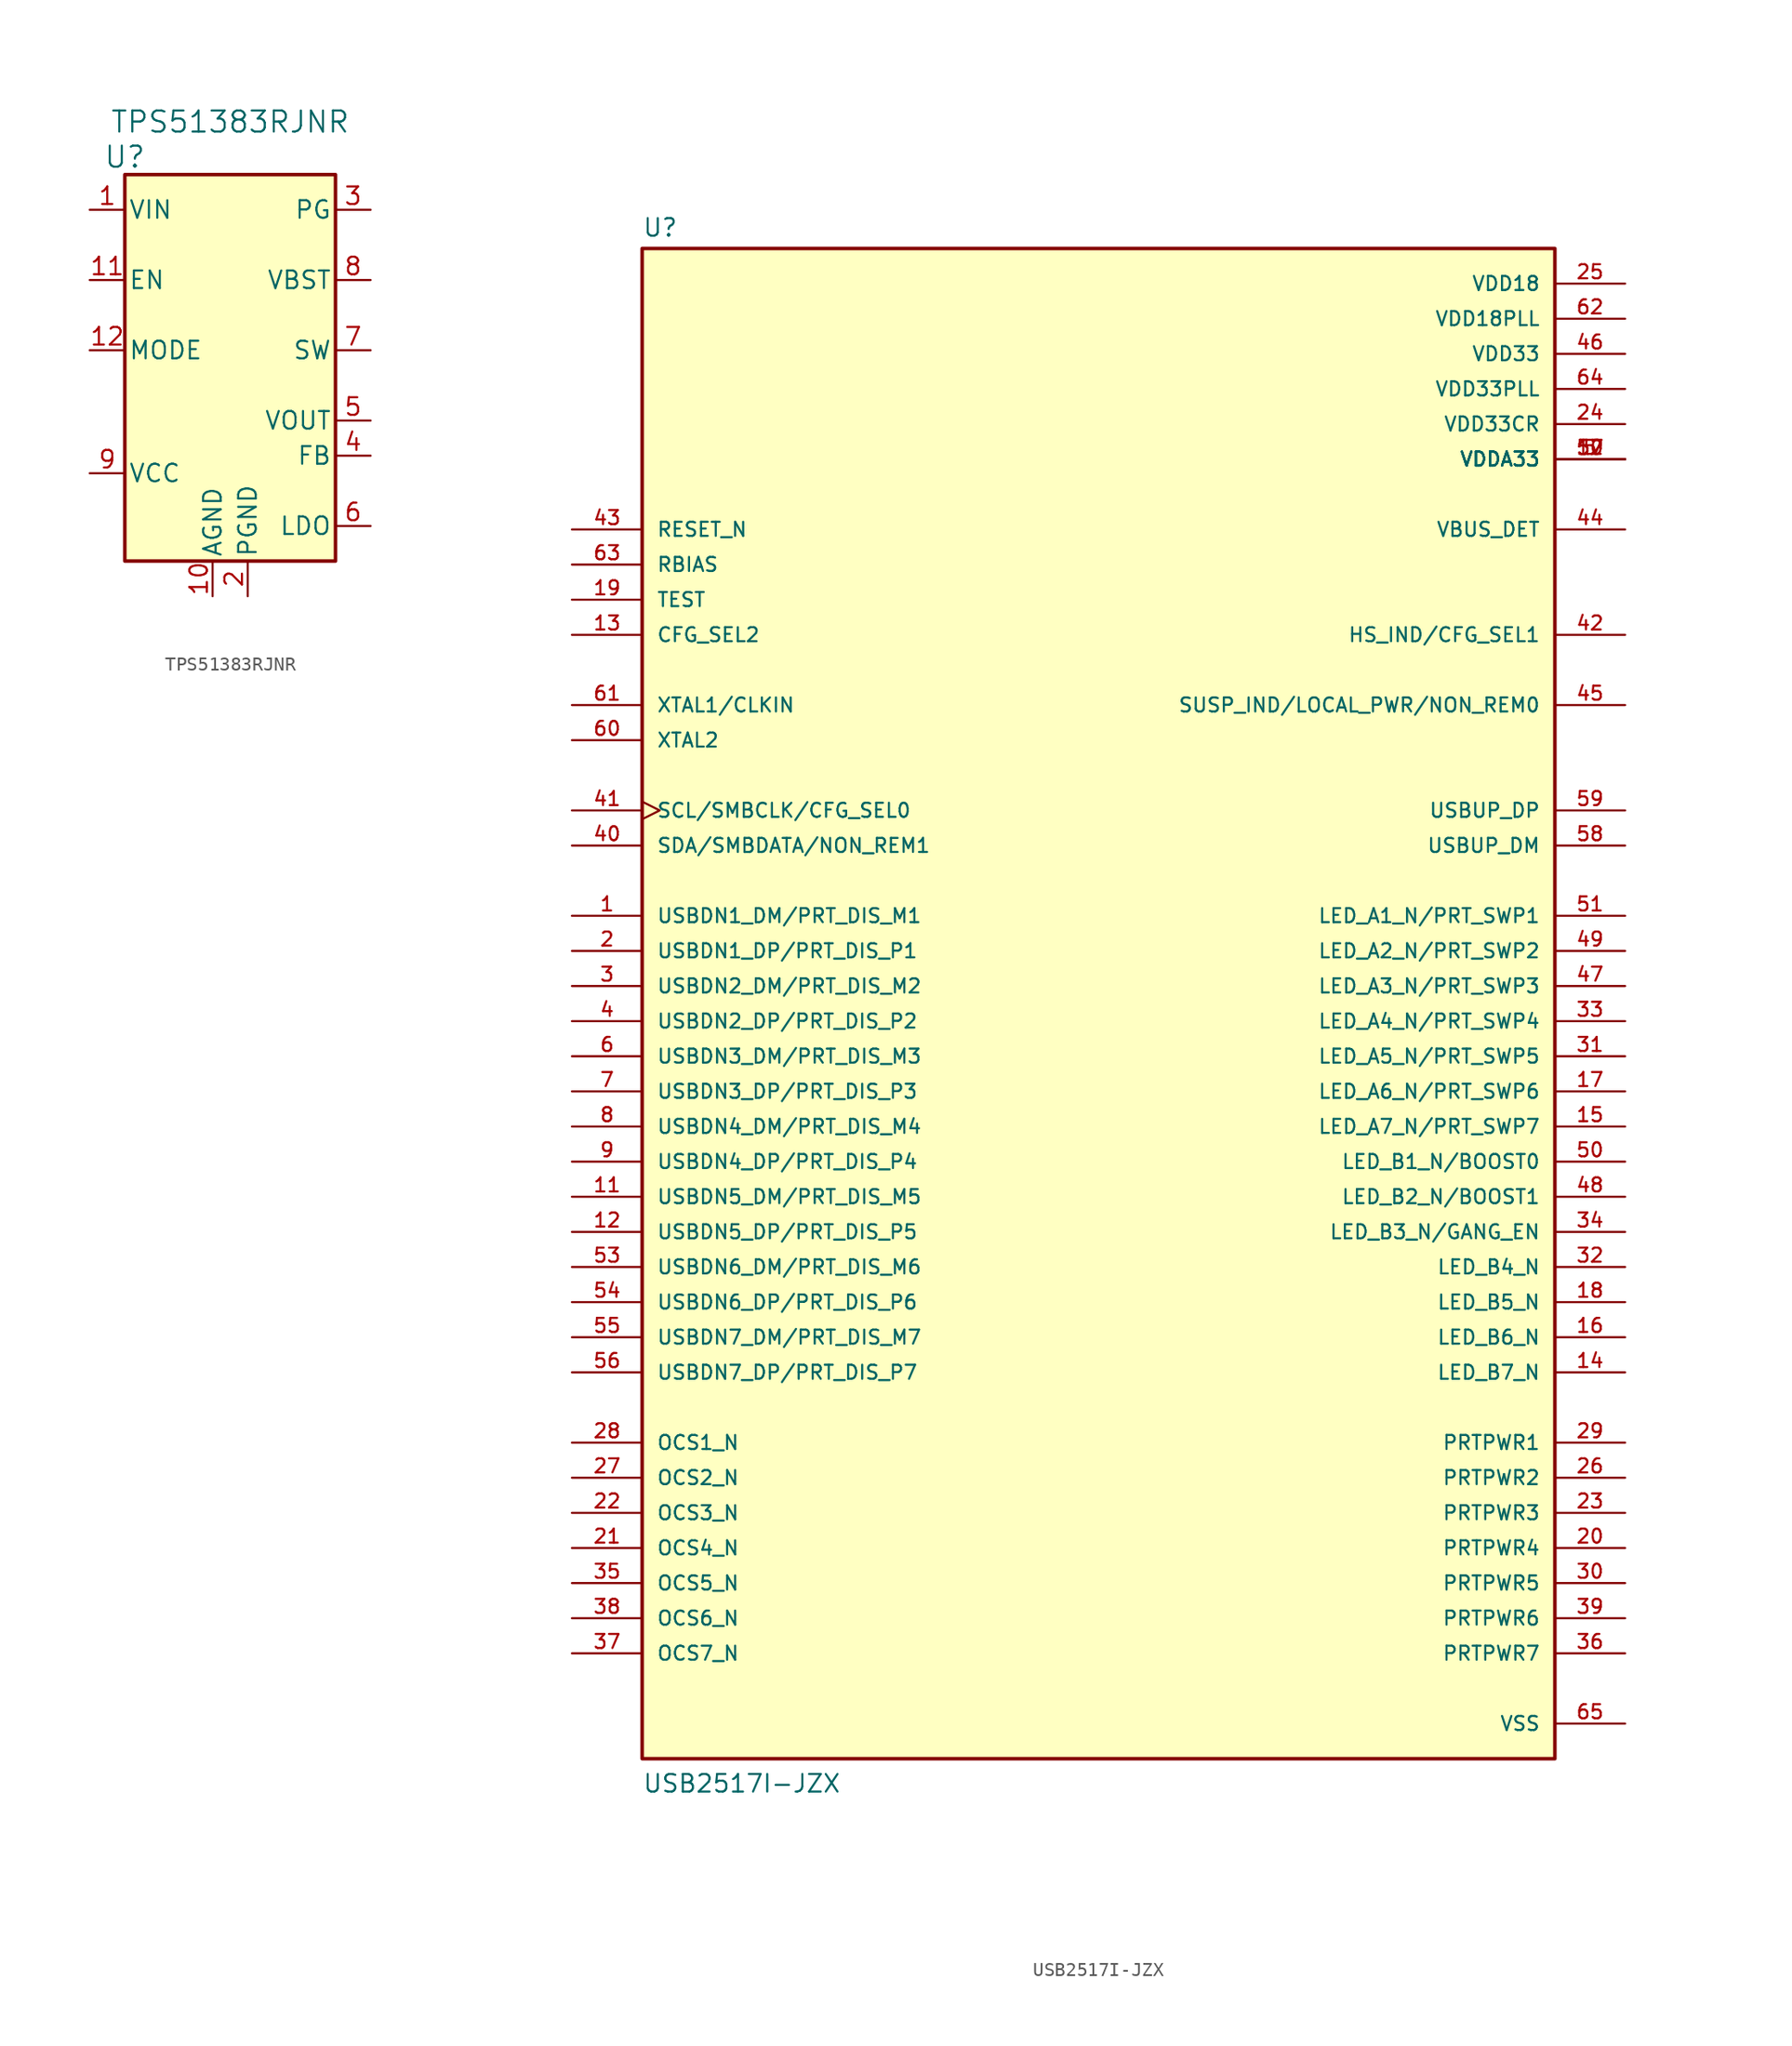
<source format=kicad_sym>
(kicad_symbol_lib
  (version 20231120)
  (generator "kicad_symbol_editor")
  (generator_version "8.0")
  (symbol "TPS51383RJNR"
    (pin_names
      (offset 0.254))
    (property "Reference" "U"
      (at -22.86 1.27 0)
      (effects (font (size 1.524 1.524))))
    (property "Value" "TPS51383RJNR"
      (at -15.24 3.81 0)
      (effects (font (size 1.524 1.524))))
    (symbol "TPS51383RJNR_0_1"
      (rectangle (start -22.86 0) (end -7.62 -27.94) (stroke (width 0.254) (type default)) (fill (type background))))
    (symbol "TPS51383RJNR_1_1"
      (pin power_in line (at -25.4 -2.54 0) (length 2.54) (name "VIN" (effects (font (size 1.27 1.27)))) (number "1" (effects (font (size 1.27 1.27)))))
      (pin power_in line (at -16.51 -30.48 90) (length 2.54) (name "AGND" (effects (font (size 1.27 1.27)))) (number "10" (effects (font (size 1.27 1.27)))))
      (pin input line (at -25.4 -7.62 0) (length 2.54) (name "EN" (effects (font (size 1.27 1.27)))) (number "11" (effects (font (size 1.27 1.27)))))
      (pin input line (at -25.4 -12.7 0) (length 2.54) (name "MODE" (effects (font (size 1.27 1.27)))) (number "12" (effects (font (size 1.27 1.27)))))
      (pin power_in line (at -13.97 -30.48 90) (length 2.54) (name "PGND" (effects (font (size 1.27 1.27)))) (number "2" (effects (font (size 1.27 1.27)))))
      (pin open_collector line (at -5.08 -2.54 180) (length 2.54) (name "PG" (effects (font (size 1.27 1.27)))) (number "3" (effects (font (size 1.27 1.27)))))
      (pin input line (at -5.08 -20.32 180) (length 2.54) (name "FB" (effects (font (size 1.27 1.27)))) (number "4" (effects (font (size 1.27 1.27)))))
      (pin unspecified line (at -5.08 -17.78 180) (length 2.54) (name "VOUT" (effects (font (size 1.27 1.27)))) (number "5" (effects (font (size 1.27 1.27)))))
      (pin unspecified line (at -5.08 -25.4 180) (length 2.54) (name "LDO" (effects (font (size 1.27 1.27)))) (number "6" (effects (font (size 1.27 1.27)))))
      (pin unspecified line (at -5.08 -12.7 180) (length 2.54) (name "SW" (effects (font (size 1.27 1.27)))) (number "7" (effects (font (size 1.27 1.27)))))
      (pin power_in line (at -5.08 -7.62 180) (length 2.54) (name "VBST" (effects (font (size 1.27 1.27)))) (number "8" (effects (font (size 1.27 1.27)))))
      (pin power_in line (at -25.4 -21.59 0) (length 2.54) (name "VCC" (effects (font (size 1.27 1.27)))) (number "9" (effects (font (size 1.27 1.27)))))))
  (symbol "USB2517I-JZX"
    (pin_names
      (offset 1.016))
    (property "Reference" "U"
      (at -33.02 54.102 0)
      (effects (font (size 1.27 1.27)) (justify left bottom)))
    (property "Value" "USB2517I-JZX"
      (at -33.02 -58.42 0)
      (effects (font (size 1.27 1.27)) (justify left bottom)))
    (symbol "USB2517I-JZX_0_0"
      (rectangle (start -33.02 -55.88) (end 33.02 53.34) (stroke (width 0.254) (type default)) (fill (type background)))
      (pin bidirectional line (at -38.1 5.08 0) (length 5.08) (name "USBDN1_DM/PRT_DIS_M1" (effects (font (size 1.016 1.016)))) (number "1" (effects (font (size 1.016 1.016)))))
      (pin power_in line (at 38.1 38.1 180) (length 5.08) (name "VDDA33" (effects (font (size 1.016 1.016)))) (number "10" (effects (font (size 1.016 1.016)))))
      (pin bidirectional line (at -38.1 -15.24 0) (length 5.08) (name "USBDN5_DM/PRT_DIS_M5" (effects (font (size 1.016 1.016)))) (number "11" (effects (font (size 1.016 1.016)))))
      (pin bidirectional line (at -38.1 -17.78 0) (length 5.08) (name "USBDN5_DP/PRT_DIS_P5" (effects (font (size 1.016 1.016)))) (number "12" (effects (font (size 1.016 1.016)))))
      (pin input line (at -38.1 25.4 0) (length 5.08) (name "CFG_SEL2" (effects (font (size 1.016 1.016)))) (number "13" (effects (font (size 1.016 1.016)))))
      (pin bidirectional line (at 38.1 -27.94 180) (length 5.08) (name "LED_B7_N" (effects (font (size 1.016 1.016)))) (number "14" (effects (font (size 1.016 1.016)))))
      (pin bidirectional line (at 38.1 -10.16 180) (length 5.08) (name "LED_A7_N/PRT_SWP7" (effects (font (size 1.016 1.016)))) (number "15" (effects (font (size 1.016 1.016)))))
      (pin bidirectional line (at 38.1 -25.4 180) (length 5.08) (name "LED_B6_N" (effects (font (size 1.016 1.016)))) (number "16" (effects (font (size 1.016 1.016)))))
      (pin bidirectional line (at 38.1 -7.62 180) (length 5.08) (name "LED_A6_N/PRT_SWP6" (effects (font (size 1.016 1.016)))) (number "17" (effects (font (size 1.016 1.016)))))
      (pin bidirectional line (at 38.1 -22.86 180) (length 5.08) (name "LED_B5_N" (effects (font (size 1.016 1.016)))) (number "18" (effects (font (size 1.016 1.016)))))
      (pin input line (at -38.1 27.94 0) (length 5.08) (name "TEST" (effects (font (size 1.016 1.016)))) (number "19" (effects (font (size 1.016 1.016)))))
      (pin bidirectional line (at -38.1 2.54 0) (length 5.08) (name "USBDN1_DP/PRT_DIS_P1" (effects (font (size 1.016 1.016)))) (number "2" (effects (font (size 1.016 1.016)))))
      (pin output line (at 38.1 -40.64 180) (length 5.08) (name "PRTPWR4" (effects (font (size 1.016 1.016)))) (number "20" (effects (font (size 1.016 1.016)))))
      (pin input line (at -38.1 -40.64 0) (length 5.08) (name "OCS4_N" (effects (font (size 1.016 1.016)))) (number "21" (effects (font (size 1.016 1.016)))))
      (pin input line (at -38.1 -38.1 0) (length 5.08) (name "OCS3_N" (effects (font (size 1.016 1.016)))) (number "22" (effects (font (size 1.016 1.016)))))
      (pin output line (at 38.1 -38.1 180) (length 5.08) (name "PRTPWR3" (effects (font (size 1.016 1.016)))) (number "23" (effects (font (size 1.016 1.016)))))
      (pin power_in line (at 38.1 40.64 180) (length 5.08) (name "VDD33CR" (effects (font (size 1.016 1.016)))) (number "24" (effects (font (size 1.016 1.016)))))
      (pin power_in line (at 38.1 50.8 180) (length 5.08) (name "VDD18" (effects (font (size 1.016 1.016)))) (number "25" (effects (font (size 1.016 1.016)))))
      (pin output line (at 38.1 -35.56 180) (length 5.08) (name "PRTPWR2" (effects (font (size 1.016 1.016)))) (number "26" (effects (font (size 1.016 1.016)))))
      (pin input line (at -38.1 -35.56 0) (length 5.08) (name "OCS2_N" (effects (font (size 1.016 1.016)))) (number "27" (effects (font (size 1.016 1.016)))))
      (pin input line (at -38.1 -33.02 0) (length 5.08) (name "OCS1_N" (effects (font (size 1.016 1.016)))) (number "28" (effects (font (size 1.016 1.016)))))
      (pin output line (at 38.1 -33.02 180) (length 5.08) (name "PRTPWR1" (effects (font (size 1.016 1.016)))) (number "29" (effects (font (size 1.016 1.016)))))
      (pin bidirectional line (at -38.1 0 0) (length 5.08) (name "USBDN2_DM/PRT_DIS_M2" (effects (font (size 1.016 1.016)))) (number "3" (effects (font (size 1.016 1.016)))))
      (pin output line (at 38.1 -43.18 180) (length 5.08) (name "PRTPWR5" (effects (font (size 1.016 1.016)))) (number "30" (effects (font (size 1.016 1.016)))))
      (pin bidirectional line (at 38.1 -5.08 180) (length 5.08) (name "LED_A5_N/PRT_SWP5" (effects (font (size 1.016 1.016)))) (number "31" (effects (font (size 1.016 1.016)))))
      (pin bidirectional line (at 38.1 -20.32 180) (length 5.08) (name "LED_B4_N" (effects (font (size 1.016 1.016)))) (number "32" (effects (font (size 1.016 1.016)))))
      (pin bidirectional line (at 38.1 -2.54 180) (length 5.08) (name "LED_A4_N/PRT_SWP4" (effects (font (size 1.016 1.016)))) (number "33" (effects (font (size 1.016 1.016)))))
      (pin bidirectional line (at 38.1 -17.78 180) (length 5.08) (name "LED_B3_N/GANG_EN" (effects (font (size 1.016 1.016)))) (number "34" (effects (font (size 1.016 1.016)))))
      (pin input line (at -38.1 -43.18 0) (length 5.08) (name "OCS5_N" (effects (font (size 1.016 1.016)))) (number "35" (effects (font (size 1.016 1.016)))))
      (pin output line (at 38.1 -48.26 180) (length 5.08) (name "PRTPWR7" (effects (font (size 1.016 1.016)))) (number "36" (effects (font (size 1.016 1.016)))))
      (pin input line (at -38.1 -48.26 0) (length 5.08) (name "OCS7_N" (effects (font (size 1.016 1.016)))) (number "37" (effects (font (size 1.016 1.016)))))
      (pin input line (at -38.1 -45.72 0) (length 5.08) (name "OCS6_N" (effects (font (size 1.016 1.016)))) (number "38" (effects (font (size 1.016 1.016)))))
      (pin output line (at 38.1 -45.72 180) (length 5.08) (name "PRTPWR6" (effects (font (size 1.016 1.016)))) (number "39" (effects (font (size 1.016 1.016)))))
      (pin bidirectional line (at -38.1 -2.54 0) (length 5.08) (name "USBDN2_DP/PRT_DIS_P2" (effects (font (size 1.016 1.016)))) (number "4" (effects (font (size 1.016 1.016)))))
      (pin bidirectional line (at -38.1 10.16 0) (length 5.08) (name "SDA/SMBDATA/NON_REM1" (effects (font (size 1.016 1.016)))) (number "40" (effects (font (size 1.016 1.016)))))
      (pin bidirectional clock (at -38.1 12.7 0) (length 5.08) (name "SCL/SMBCLK/CFG_SEL0" (effects (font (size 1.016 1.016)))) (number "41" (effects (font (size 1.016 1.016)))))
      (pin bidirectional line (at 38.1 25.4 180) (length 5.08) (name "HS_IND/CFG_SEL1" (effects (font (size 1.016 1.016)))) (number "42" (effects (font (size 1.016 1.016)))))
      (pin input line (at -38.1 33.02 0) (length 5.08) (name "RESET_N" (effects (font (size 1.016 1.016)))) (number "43" (effects (font (size 1.016 1.016)))))
      (pin bidirectional line (at 38.1 33.02 180) (length 5.08) (name "VBUS_DET" (effects (font (size 1.016 1.016)))) (number "44" (effects (font (size 1.016 1.016)))))
      (pin bidirectional line (at 38.1 20.32 180) (length 5.08) (name "SUSP_IND/LOCAL_PWR/NON_REM0" (effects (font (size 1.016 1.016)))) (number "45" (effects (font (size 1.016 1.016)))))
      (pin power_in line (at 38.1 45.72 180) (length 5.08) (name "VDD33" (effects (font (size 1.016 1.016)))) (number "46" (effects (font (size 1.016 1.016)))))
      (pin bidirectional line (at 38.1 0 180) (length 5.08) (name "LED_A3_N/PRT_SWP3" (effects (font (size 1.016 1.016)))) (number "47" (effects (font (size 1.016 1.016)))))
      (pin bidirectional line (at 38.1 -15.24 180) (length 5.08) (name "LED_B2_N/BOOST1" (effects (font (size 1.016 1.016)))) (number "48" (effects (font (size 1.016 1.016)))))
      (pin bidirectional line (at 38.1 2.54 180) (length 5.08) (name "LED_A2_N/PRT_SWP2" (effects (font (size 1.016 1.016)))) (number "49" (effects (font (size 1.016 1.016)))))
      (pin power_in line (at 38.1 38.1 180) (length 5.08) (name "VDDA33" (effects (font (size 1.016 1.016)))) (number "5" (effects (font (size 1.016 1.016)))))
      (pin bidirectional line (at 38.1 -12.7 180) (length 5.08) (name "LED_B1_N/BOOST0" (effects (font (size 1.016 1.016)))) (number "50" (effects (font (size 1.016 1.016)))))
      (pin bidirectional line (at 38.1 5.08 180) (length 5.08) (name "LED_A1_N/PRT_SWP1" (effects (font (size 1.016 1.016)))) (number "51" (effects (font (size 1.016 1.016)))))
      (pin power_in line (at 38.1 38.1 180) (length 5.08) (name "VDDA33" (effects (font (size 1.016 1.016)))) (number "52" (effects (font (size 1.016 1.016)))))
      (pin bidirectional line (at -38.1 -20.32 0) (length 5.08) (name "USBDN6_DM/PRT_DIS_M6" (effects (font (size 1.016 1.016)))) (number "53" (effects (font (size 1.016 1.016)))))
      (pin bidirectional line (at -38.1 -22.86 0) (length 5.08) (name "USBDN6_DP/PRT_DIS_P6" (effects (font (size 1.016 1.016)))) (number "54" (effects (font (size 1.016 1.016)))))
      (pin bidirectional line (at -38.1 -25.4 0) (length 5.08) (name "USBDN7_DM/PRT_DIS_M7" (effects (font (size 1.016 1.016)))) (number "55" (effects (font (size 1.016 1.016)))))
      (pin bidirectional line (at -38.1 -27.94 0) (length 5.08) (name "USBDN7_DP/PRT_DIS_P7" (effects (font (size 1.016 1.016)))) (number "56" (effects (font (size 1.016 1.016)))))
      (pin power_in line (at 38.1 38.1 180) (length 5.08) (name "VDDA33" (effects (font (size 1.016 1.016)))) (number "57" (effects (font (size 1.016 1.016)))))
      (pin bidirectional line (at 38.1 10.16 180) (length 5.08) (name "USBUP_DM" (effects (font (size 1.016 1.016)))) (number "58" (effects (font (size 1.016 1.016)))))
      (pin bidirectional line (at 38.1 12.7 180) (length 5.08) (name "USBUP_DP" (effects (font (size 1.016 1.016)))) (number "59" (effects (font (size 1.016 1.016)))))
      (pin bidirectional line (at -38.1 -5.08 0) (length 5.08) (name "USBDN3_DM/PRT_DIS_M3" (effects (font (size 1.016 1.016)))) (number "6" (effects (font (size 1.016 1.016)))))
      (pin output line (at -38.1 17.78 0) (length 5.08) (name "XTAL2" (effects (font (size 1.016 1.016)))) (number "60" (effects (font (size 1.016 1.016)))))
      (pin input line (at -38.1 20.32 0) (length 5.08) (name "XTAL1/CLKIN" (effects (font (size 1.016 1.016)))) (number "61" (effects (font (size 1.016 1.016)))))
      (pin power_in line (at 38.1 48.26 180) (length 5.08) (name "VDD18PLL" (effects (font (size 1.016 1.016)))) (number "62" (effects (font (size 1.016 1.016)))))
      (pin input line (at -38.1 30.48 0) (length 5.08) (name "RBIAS" (effects (font (size 1.016 1.016)))) (number "63" (effects (font (size 1.016 1.016)))))
      (pin power_in line (at 38.1 43.18 180) (length 5.08) (name "VDD33PLL" (effects (font (size 1.016 1.016)))) (number "64" (effects (font (size 1.016 1.016)))))
      (pin power_in line (at 38.1 -53.34 180) (length 5.08) (name "VSS" (effects (font (size 1.016 1.016)))) (number "65" (effects (font (size 1.016 1.016)))))
      (pin bidirectional line (at -38.1 -7.62 0) (length 5.08) (name "USBDN3_DP/PRT_DIS_P3" (effects (font (size 1.016 1.016)))) (number "7" (effects (font (size 1.016 1.016)))))
      (pin bidirectional line (at -38.1 -10.16 0) (length 5.08) (name "USBDN4_DM/PRT_DIS_M4" (effects (font (size 1.016 1.016)))) (number "8" (effects (font (size 1.016 1.016)))))
      (pin bidirectional line (at -38.1 -12.7 0) (length 5.08) (name "USBDN4_DP/PRT_DIS_P4" (effects (font (size 1.016 1.016)))) (number "9" (effects (font (size 1.016 1.016))))))))
</source>
